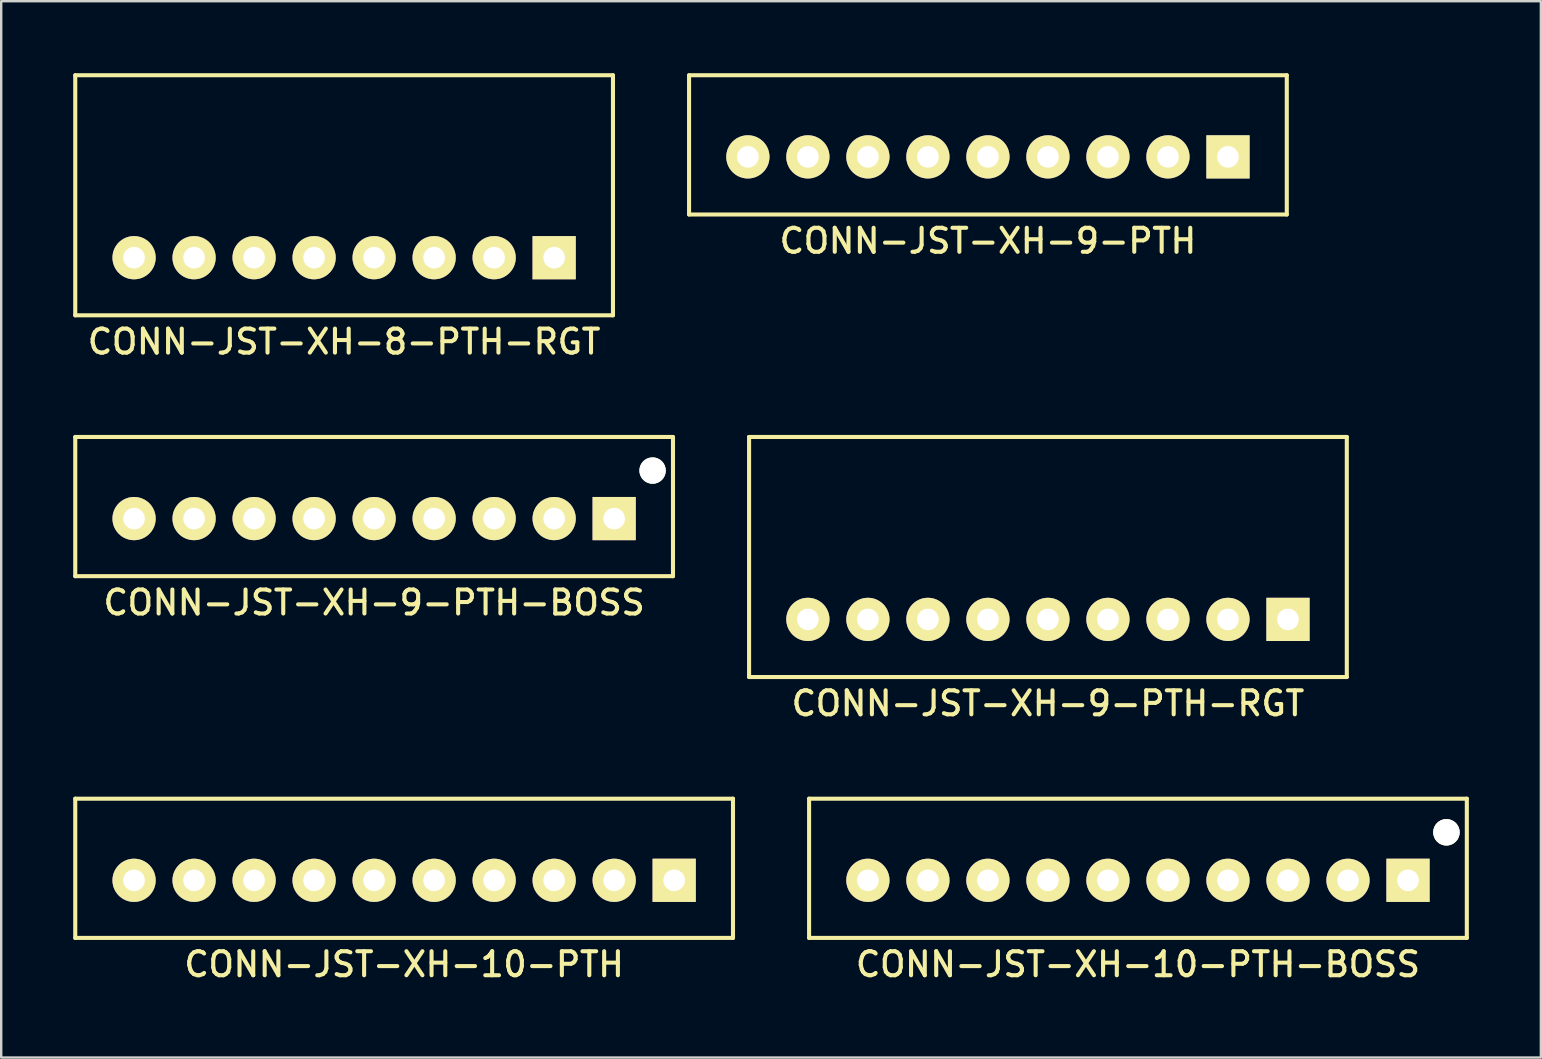
<source format=kicad_pcb>
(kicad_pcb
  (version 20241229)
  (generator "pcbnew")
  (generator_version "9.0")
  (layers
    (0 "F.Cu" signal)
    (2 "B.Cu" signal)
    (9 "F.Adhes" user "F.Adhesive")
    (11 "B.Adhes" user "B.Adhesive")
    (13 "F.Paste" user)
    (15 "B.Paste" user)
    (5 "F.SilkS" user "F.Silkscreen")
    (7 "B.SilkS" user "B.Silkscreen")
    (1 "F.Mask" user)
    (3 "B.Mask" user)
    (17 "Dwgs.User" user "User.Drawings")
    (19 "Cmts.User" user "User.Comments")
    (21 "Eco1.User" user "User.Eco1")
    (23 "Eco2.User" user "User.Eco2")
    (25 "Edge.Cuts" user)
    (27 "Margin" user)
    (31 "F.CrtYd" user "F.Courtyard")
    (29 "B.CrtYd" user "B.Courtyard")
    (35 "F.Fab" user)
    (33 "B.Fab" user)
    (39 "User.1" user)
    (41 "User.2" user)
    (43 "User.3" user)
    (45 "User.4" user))
  (footprint "CONN-JST-XH-8-PTH-RGT"
    (layer "F.Cu")
    (at 11.285 7.685)
    (property "Reference" "CONN-JST-XH-8-PTH-RGT" (at 0 3.5 0) (layer "F.SilkS") (effects (font (size 1 1) (thickness 0.17))))
    (attr through_hole)
    (fp_line (start -11.2 -7.6) (end 11.2 -7.6) (stroke (width 0.17) (type solid)) (layer "F.SilkS"))
    (fp_line (start -11.2 2.4) (end -11.2 -7.6) (stroke (width 0.17) (type solid)) (layer "F.SilkS"))
    (fp_line (start -11.2 2.4) (end 11.2 2.4) (stroke (width 0.17) (type solid)) (layer "F.SilkS"))
    (fp_line (start 11.2 2.4) (end 11.2 -7.6) (stroke (width 0.17) (type solid)) (layer "F.SilkS"))
    (pad "1" thru_hole rect (at 8.75 0) (size 1.8 1.8) (drill 0.9) (layers "*.Cu" "*.Mask" "F.SilkS"))
    (pad "2" thru_hole circle (at 6.25 0) (size 1.8 1.8) (drill 0.9) (layers "*.Cu" "*.Mask" "F.SilkS"))
    (pad "3" thru_hole circle (at 3.75 0) (size 1.8 1.8) (drill 0.9) (layers "*.Cu" "*.Mask" "F.SilkS"))
    (pad "4" thru_hole circle (at 1.25 0) (size 1.8 1.8) (drill 0.9) (layers "*.Cu" "*.Mask" "F.SilkS"))
    (pad "5" thru_hole circle (at -1.25 0) (size 1.8 1.8) (drill 0.9) (layers "*.Cu" "*.Mask" "F.SilkS"))
    (pad "6" thru_hole circle (at -3.75 0) (size 1.8 1.8) (drill 0.9) (layers "*.Cu" "*.Mask" "F.SilkS"))
    (pad "7" thru_hole circle (at -6.25 0) (size 1.8 1.8) (drill 0.9) (layers "*.Cu" "*.Mask" "F.SilkS"))
    (pad "8" thru_hole circle (at -8.75 0) (size 1.8 1.8) (drill 0.9) (layers "*.Cu" "*.Mask" "F.SilkS")))
  (footprint "CONN-JST-XH-10-PTH"
    (layer "F.Cu")
    (at 13.785 33.622)
    (property "Reference" "CONN-JST-XH-10-PTH" (at 0 3.5 0) (layer "F.SilkS") (effects (font (size 1 1) (thickness 0.17))))
    (attr through_hole)
    (fp_line (start -13.7 -3.4) (end 13.7 -3.4) (stroke (width 0.17) (type solid)) (layer "F.SilkS"))
    (fp_line (start -13.7 2.4) (end -13.7 -3.4) (stroke (width 0.17) (type solid)) (layer "F.SilkS"))
    (fp_line (start -13.7 2.4) (end 13.7 2.4) (stroke (width 0.17) (type solid)) (layer "F.SilkS"))
    (fp_line (start 13.7 2.4) (end 13.7 -3.4) (stroke (width 0.17) (type solid)) (layer "F.SilkS"))
    (pad "1" thru_hole rect (at 11.25 0) (size 1.8 1.8) (drill 0.9) (layers "*.Cu" "*.Mask" "F.SilkS"))
    (pad "2" thru_hole circle (at 8.75 0) (size 1.8 1.8) (drill 0.9) (layers "*.Cu" "*.Mask" "F.SilkS"))
    (pad "3" thru_hole circle (at 6.25 0) (size 1.8 1.8) (drill 0.9) (layers "*.Cu" "*.Mask" "F.SilkS"))
    (pad "4" thru_hole circle (at 3.75 0) (size 1.8 1.8) (drill 0.9) (layers "*.Cu" "*.Mask" "F.SilkS"))
    (pad "5" thru_hole circle (at 1.25 0) (size 1.8 1.8) (drill 0.9) (layers "*.Cu" "*.Mask" "F.SilkS"))
    (pad "6" thru_hole circle (at -1.25 0) (size 1.8 1.8) (drill 0.9) (layers "*.Cu" "*.Mask" "F.SilkS"))
    (pad "7" thru_hole circle (at -3.75 0) (size 1.8 1.8) (drill 0.9) (layers "*.Cu" "*.Mask" "F.SilkS"))
    (pad "8" thru_hole circle (at -6.25 0) (size 1.8 1.8) (drill 0.9) (layers "*.Cu" "*.Mask" "F.SilkS"))
    (pad "9" thru_hole circle (at -8.75 0) (size 1.8 1.8) (drill 0.9) (layers "*.Cu" "*.Mask" "F.SilkS"))
    (pad "10" thru_hole circle (at -11.25 0) (size 1.8 1.8) (drill 0.9) (layers "*.Cu" "*.Mask" "F.SilkS")))
  (footprint "CONN-JST-XH-10-PTH-BOSS"
    (layer "F.Cu")
    (at 44.355 33.622)
    (property "Reference" "CONN-JST-XH-10-PTH-BOSS" (at 0 3.5 0) (layer "F.SilkS") (effects (font (size 1 1) (thickness 0.17))))
    (attr through_hole)
    (fp_line (start -13.7 -3.4) (end 13.7 -3.4) (stroke (width 0.17) (type solid)) (layer "F.SilkS"))
    (fp_line (start -13.7 2.4) (end -13.7 -3.4) (stroke (width 0.17) (type solid)) (layer "F.SilkS"))
    (fp_line (start -13.7 2.4) (end 13.7 2.4) (stroke (width 0.17) (type solid)) (layer "F.SilkS"))
    (fp_line (start 13.7 2.4) (end 13.7 -3.4) (stroke (width 0.17) (type solid)) (layer "F.SilkS"))
    (pad "1" thru_hole rect (at 11.25 0) (size 1.8 1.8) (drill 0.9) (layers "*.Cu" "*.Mask" "F.SilkS"))
    (pad "2" thru_hole circle (at 8.75 0) (size 1.8 1.8) (drill 0.9) (layers "*.Cu" "*.Mask" "F.SilkS"))
    (pad "3" thru_hole circle (at 6.25 0) (size 1.8 1.8) (drill 0.9) (layers "*.Cu" "*.Mask" "F.SilkS"))
    (pad "4" thru_hole circle (at 3.75 0) (size 1.8 1.8) (drill 0.9) (layers "*.Cu" "*.Mask" "F.SilkS"))
    (pad "5" thru_hole circle (at 1.25 0) (size 1.8 1.8) (drill 0.9) (layers "*.Cu" "*.Mask" "F.SilkS"))
    (pad "6" thru_hole circle (at -1.25 0) (size 1.8 1.8) (drill 0.9) (layers "*.Cu" "*.Mask" "F.SilkS"))
    (pad "7" thru_hole circle (at -3.75 0) (size 1.8 1.8) (drill 0.9) (layers "*.Cu" "*.Mask" "F.SilkS"))
    (pad "8" thru_hole circle (at -6.25 0) (size 1.8 1.8) (drill 0.9) (layers "*.Cu" "*.Mask" "F.SilkS"))
    (pad "9" thru_hole circle (at -8.75 0) (size 1.8 1.8) (drill 0.9) (layers "*.Cu" "*.Mask" "F.SilkS"))
    (pad "10" thru_hole circle (at -11.25 0) (size 1.8 1.8) (drill 0.9) (layers "*.Cu" "*.Mask" "F.SilkS"))
    (pad "M1" thru_hole circle (at 12.85 -2) (size 1.1 1.1) (drill 1.1) (layers "*.Cu" "*.Mask" "F.SilkS")))
  (footprint "CONN-JST-XH-9-PTH-BOSS"
    (layer "F.Cu")
    (at 12.535 18.553)
    (property "Reference" "CONN-JST-XH-9-PTH-BOSS" (at 0 3.5 0) (layer "F.SilkS") (effects (font (size 1 1) (thickness 0.17))))
    (attr through_hole)
    (fp_line (start -12.45 -3.4) (end 12.45 -3.4) (stroke (width 0.17) (type solid)) (layer "F.SilkS"))
    (fp_line (start -12.45 2.4) (end -12.45 -3.4) (stroke (width 0.17) (type solid)) (layer "F.SilkS"))
    (fp_line (start -12.45 2.4) (end 12.45 2.4) (stroke (width 0.17) (type solid)) (layer "F.SilkS"))
    (fp_line (start 12.45 2.4) (end 12.45 -3.4) (stroke (width 0.17) (type solid)) (layer "F.SilkS"))
    (pad "" np_thru_hole circle (at 11.6 -2) (size 1.1 1.1) (drill 1.1) (layers "*.Cu" "*.Mask" "F.SilkS"))
    (pad "1" thru_hole rect (at 10 0) (size 1.8 1.8) (drill 0.9) (layers "*.Cu" "*.Mask" "F.SilkS"))
    (pad "2" thru_hole circle (at 7.5 0) (size 1.8 1.8) (drill 0.9) (layers "*.Cu" "*.Mask" "F.SilkS"))
    (pad "3" thru_hole circle (at 5 0) (size 1.8 1.8) (drill 0.9) (layers "*.Cu" "*.Mask" "F.SilkS"))
    (pad "4" thru_hole circle (at 2.5 0) (size 1.8 1.8) (drill 0.9) (layers "*.Cu" "*.Mask" "F.SilkS"))
    (pad "5" thru_hole circle (at 0 0) (size 1.8 1.8) (drill 0.9) (layers "*.Cu" "*.Mask" "F.SilkS"))
    (pad "6" thru_hole circle (at -2.5 0) (size 1.8 1.8) (drill 0.9) (layers "*.Cu" "*.Mask" "F.SilkS"))
    (pad "7" thru_hole circle (at -5 0) (size 1.8 1.8) (drill 0.9) (layers "*.Cu" "*.Mask" "F.SilkS"))
    (pad "8" thru_hole circle (at -7.5 0) (size 1.8 1.8) (drill 0.9) (layers "*.Cu" "*.Mask" "F.SilkS"))
    (pad "9" thru_hole circle (at -10 0) (size 1.8 1.8) (drill 0.9) (layers "*.Cu" "*.Mask" "F.SilkS")))
  (footprint "CONN-JST-XH-9-PTH-RGT"
    (layer "F.Cu")
    (at 40.605 22.753)
    (property "Reference" "CONN-JST-XH-9-PTH-RGT" (at 0 3.5 0) (layer "F.SilkS") (effects (font (size 1 1) (thickness 0.17))))
    (attr through_hole)
    (fp_line (start -12.45 -7.6) (end 12.45 -7.6) (stroke (width 0.17) (type solid)) (layer "F.SilkS"))
    (fp_line (start -12.45 2.4) (end -12.45 -7.6) (stroke (width 0.17) (type solid)) (layer "F.SilkS"))
    (fp_line (start -12.45 2.4) (end 12.45 2.4) (stroke (width 0.17) (type solid)) (layer "F.SilkS"))
    (fp_line (start 12.45 2.4) (end 12.45 -7.6) (stroke (width 0.17) (type solid)) (layer "F.SilkS"))
    (pad "1" thru_hole rect (at 10 0) (size 1.8 1.8) (drill 0.9) (layers "*.Cu" "*.Mask" "F.SilkS"))
    (pad "2" thru_hole circle (at 7.5 0) (size 1.8 1.8) (drill 0.9) (layers "*.Cu" "*.Mask" "F.SilkS"))
    (pad "3" thru_hole circle (at 5 0) (size 1.8 1.8) (drill 0.9) (layers "*.Cu" "*.Mask" "F.SilkS"))
    (pad "4" thru_hole circle (at 2.5 0) (size 1.8 1.8) (drill 0.9) (layers "*.Cu" "*.Mask" "F.SilkS"))
    (pad "5" thru_hole circle (at 0 0) (size 1.8 1.8) (drill 0.9) (layers "*.Cu" "*.Mask" "F.SilkS"))
    (pad "6" thru_hole circle (at -2.5 0) (size 1.8 1.8) (drill 0.9) (layers "*.Cu" "*.Mask" "F.SilkS"))
    (pad "7" thru_hole circle (at -5 0) (size 1.8 1.8) (drill 0.9) (layers "*.Cu" "*.Mask" "F.SilkS"))
    (pad "8" thru_hole circle (at -7.5 0) (size 1.8 1.8) (drill 0.9) (layers "*.Cu" "*.Mask" "F.SilkS"))
    (pad "9" thru_hole circle (at -10 0) (size 1.8 1.8) (drill 0.9) (layers "*.Cu" "*.Mask" "F.SilkS")))
  (footprint "CONN-JST-XH-9-PTH"
    (layer "F.Cu")
    (at 38.105 3.485)
    (property "Reference" "CONN-JST-XH-9-PTH" (at 0 3.5 0) (layer "F.SilkS") (effects (font (size 1 1) (thickness 0.17))))
    (attr through_hole)
    (fp_line (start -12.45 -3.4) (end 12.45 -3.4) (stroke (width 0.17) (type solid)) (layer "F.SilkS"))
    (fp_line (start -12.45 2.4) (end -12.45 -3.4) (stroke (width 0.17) (type solid)) (layer "F.SilkS"))
    (fp_line (start -12.45 2.4) (end 12.45 2.4) (stroke (width 0.17) (type solid)) (layer "F.SilkS"))
    (fp_line (start 12.45 2.4) (end 12.45 -3.4) (stroke (width 0.17) (type solid)) (layer "F.SilkS"))
    (pad "1" thru_hole rect (at 10 0) (size 1.8 1.8) (drill 0.9) (layers "*.Cu" "*.Mask" "F.SilkS"))
    (pad "2" thru_hole circle (at 7.5 0) (size 1.8 1.8) (drill 0.9) (layers "*.Cu" "*.Mask" "F.SilkS"))
    (pad "3" thru_hole circle (at 5 0) (size 1.8 1.8) (drill 0.9) (layers "*.Cu" "*.Mask" "F.SilkS"))
    (pad "4" thru_hole circle (at 2.5 0) (size 1.8 1.8) (drill 0.9) (layers "*.Cu" "*.Mask" "F.SilkS"))
    (pad "5" thru_hole circle (at 0 0) (size 1.8 1.8) (drill 0.9) (layers "*.Cu" "*.Mask" "F.SilkS"))
    (pad "6" thru_hole circle (at -2.5 0) (size 1.8 1.8) (drill 0.9) (layers "*.Cu" "*.Mask" "F.SilkS"))
    (pad "7" thru_hole circle (at -5 0) (size 1.8 1.8) (drill 0.9) (layers "*.Cu" "*.Mask" "F.SilkS"))
    (pad "8" thru_hole circle (at -7.5 0) (size 1.8 1.8) (drill 0.9) (layers "*.Cu" "*.Mask" "F.SilkS"))
    (pad "9" thru_hole circle (at -10 0) (size 1.8 1.8) (drill 0.9) (layers "*.Cu" "*.Mask" "F.SilkS")))
  (gr_rect
    (start -3 -3)
    (end 61.14 41.005)
    (stroke (width 0.1) (type default))
    (fill no)
    (layer "Edge.Cuts")))
</source>
